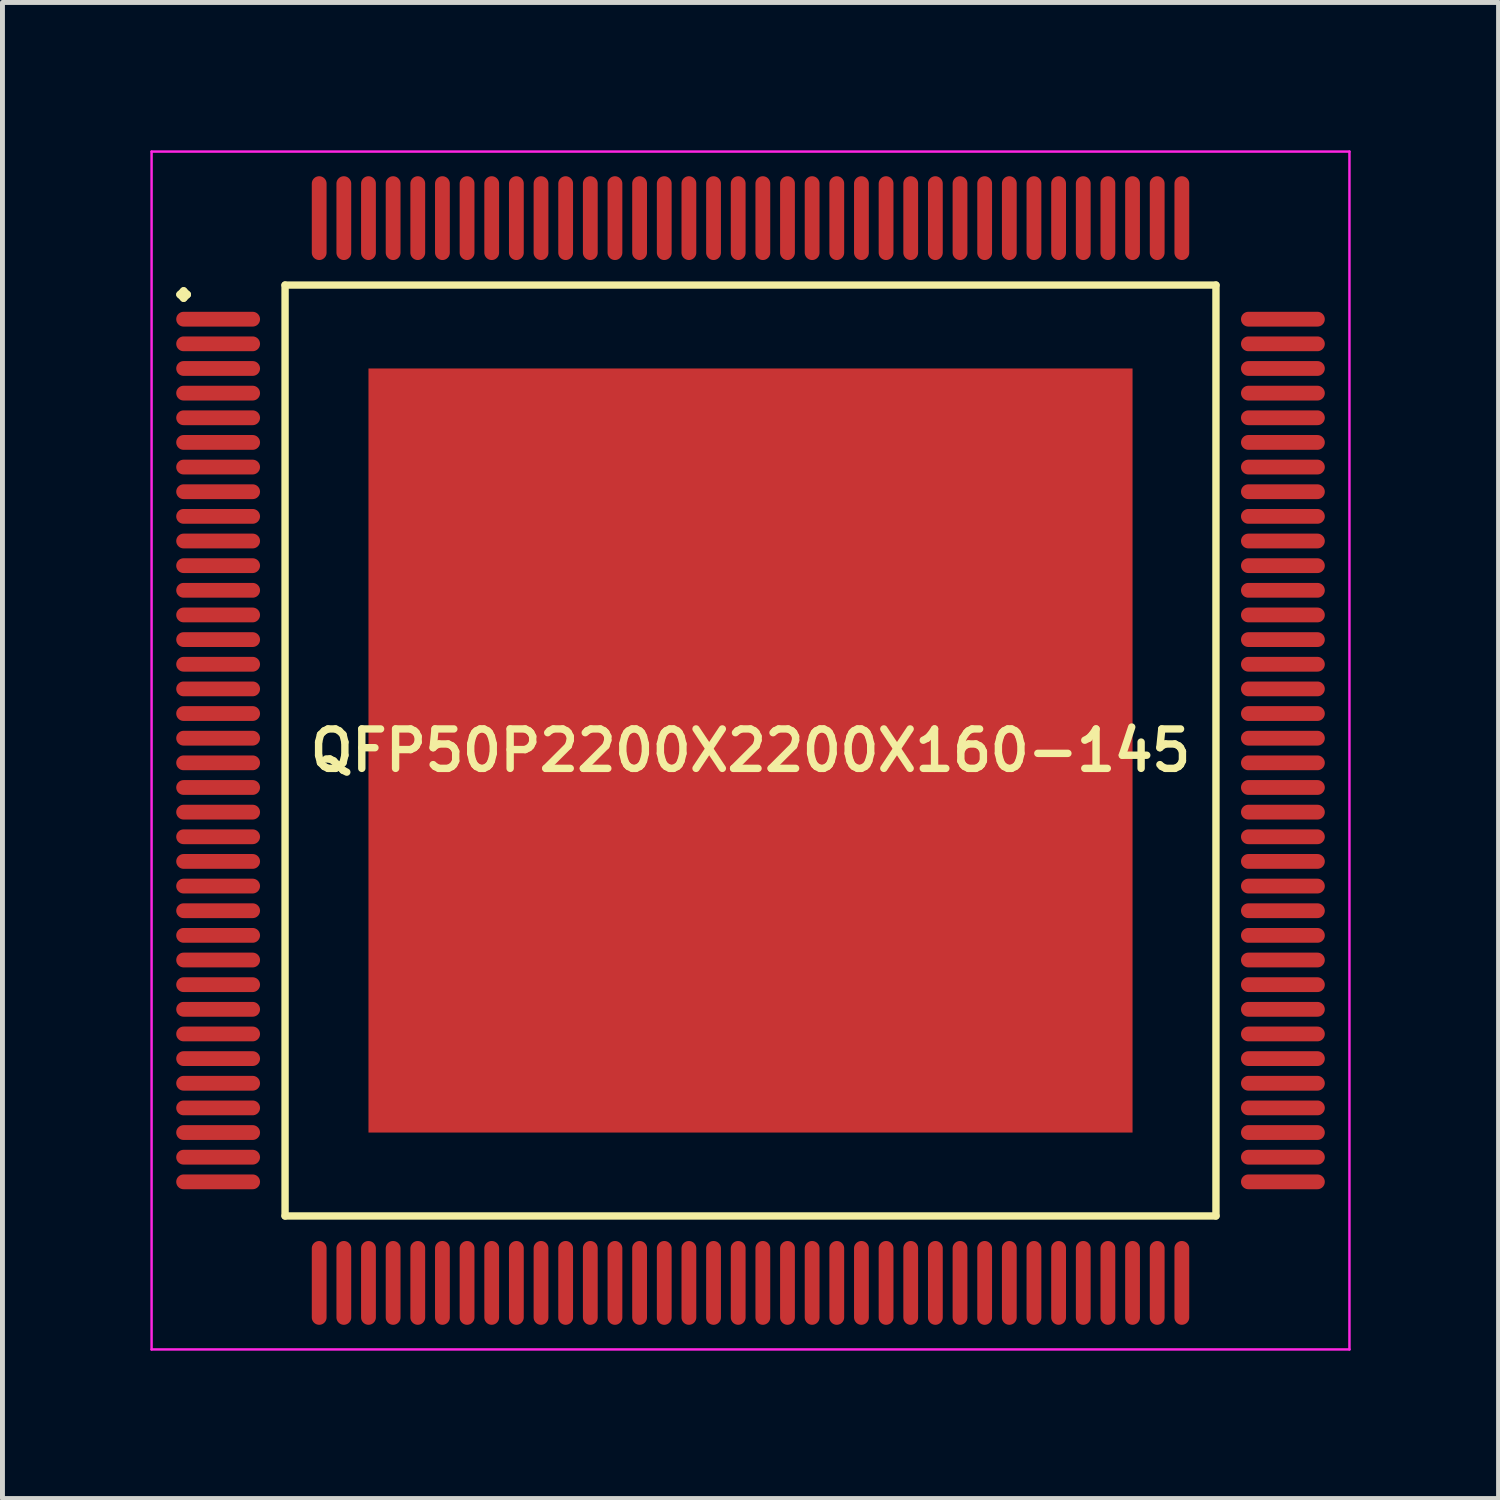
<source format=kicad_pcb>
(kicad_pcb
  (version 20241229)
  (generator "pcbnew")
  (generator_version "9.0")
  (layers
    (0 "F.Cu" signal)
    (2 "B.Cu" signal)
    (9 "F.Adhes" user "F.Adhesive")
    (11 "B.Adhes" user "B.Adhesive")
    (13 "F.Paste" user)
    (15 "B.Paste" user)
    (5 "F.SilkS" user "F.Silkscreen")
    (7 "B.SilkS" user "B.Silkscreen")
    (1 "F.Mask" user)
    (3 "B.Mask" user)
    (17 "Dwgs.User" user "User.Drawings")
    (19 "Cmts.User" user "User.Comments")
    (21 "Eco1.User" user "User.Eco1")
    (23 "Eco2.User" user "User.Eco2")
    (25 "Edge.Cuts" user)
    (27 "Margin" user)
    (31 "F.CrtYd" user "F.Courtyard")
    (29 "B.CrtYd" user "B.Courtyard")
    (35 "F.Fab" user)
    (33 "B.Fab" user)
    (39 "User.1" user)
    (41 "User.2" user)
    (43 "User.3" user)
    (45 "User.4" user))
  (footprint "QFP50P2200X2200X160-145"
    (layer "F.Cu")
    (at 12.175 12.175)
    (property "Reference" "QFP50P2200X2200X160-145" (at 0 0 0) (layer "F.SilkS") (effects (font (size 0.8 0.8) (thickness 0.15))))
    (attr smd)
    (fp_line (start -11.575 -9.25) (end -11.5 -9.325) (stroke (width 0.15) (type solid)) (layer "F.SilkS"))
    (fp_line (start -11.5 -9.325) (end -11.425 -9.25) (stroke (width 0.15) (type solid)) (layer "F.SilkS"))
    (fp_line (start -11.5 -9.175) (end -11.575 -9.25) (stroke (width 0.15) (type solid)) (layer "F.SilkS"))
    (fp_line (start -11.425 -9.25) (end -11.5 -9.175) (stroke (width 0.15) (type solid)) (layer "F.SilkS"))
    (fp_line (start -9.442 -9.442) (end -9.442 9.442) (stroke (width 0.15) (type solid)) (layer "F.SilkS"))
    (fp_line (start -9.442 9.442) (end 9.442 9.442) (stroke (width 0.15) (type solid)) (layer "F.SilkS"))
    (fp_line (start 9.442 -9.442) (end -9.442 -9.442) (stroke (width 0.15) (type solid)) (layer "F.SilkS"))
    (fp_line (start 9.442 9.442) (end 9.442 -9.442) (stroke (width 0.15) (type solid)) (layer "F.SilkS"))
    (fp_line (start -12.15 -12.15) (end 12.15 -12.15) (stroke (width 0.05) (type solid)) (layer "F.CrtYd"))
    (fp_line (start -12.15 12.15) (end -12.15 -12.15) (stroke (width 0.05) (type solid)) (layer "F.CrtYd"))
    (fp_line (start 12.15 -12.15) (end 12.15 12.15) (stroke (width 0.05) (type solid)) (layer "F.CrtYd"))
    (fp_line (start 12.15 12.15) (end -12.15 12.15) (stroke (width 0.05) (type solid)) (layer "F.CrtYd"))
    (pad "1" smd oval (at -10.8 -8.75) (size 1.7 0.3) (layers "F.Cu" "F.Mask" "F.Paste"))
    (pad "2" smd oval (at -10.8 -8.25) (size 1.7 0.3) (layers "F.Cu" "F.Mask" "F.Paste"))
    (pad "3" smd oval (at -10.8 -7.75) (size 1.7 0.3) (layers "F.Cu" "F.Mask" "F.Paste"))
    (pad "4" smd oval (at -10.8 -7.25) (size 1.7 0.3) (layers "F.Cu" "F.Mask" "F.Paste"))
    (pad "5" smd oval (at -10.8 -6.75) (size 1.7 0.3) (layers "F.Cu" "F.Mask" "F.Paste"))
    (pad "6" smd oval (at -10.8 -6.25) (size 1.7 0.3) (layers "F.Cu" "F.Mask" "F.Paste"))
    (pad "7" smd oval (at -10.8 -5.75) (size 1.7 0.3) (layers "F.Cu" "F.Mask" "F.Paste"))
    (pad "8" smd oval (at -10.8 -5.25) (size 1.7 0.3) (layers "F.Cu" "F.Mask" "F.Paste"))
    (pad "9" smd oval (at -10.8 -4.75) (size 1.7 0.3) (layers "F.Cu" "F.Mask" "F.Paste"))
    (pad "10" smd oval (at -10.8 -4.25) (size 1.7 0.3) (layers "F.Cu" "F.Mask" "F.Paste"))
    (pad "11" smd oval (at -10.8 -3.75) (size 1.7 0.3) (layers "F.Cu" "F.Mask" "F.Paste"))
    (pad "12" smd oval (at -10.8 -3.25) (size 1.7 0.3) (layers "F.Cu" "F.Mask" "F.Paste"))
    (pad "13" smd oval (at -10.8 -2.75) (size 1.7 0.3) (layers "F.Cu" "F.Mask" "F.Paste"))
    (pad "14" smd oval (at -10.8 -2.25) (size 1.7 0.3) (layers "F.Cu" "F.Mask" "F.Paste"))
    (pad "15" smd oval (at -10.8 -1.75) (size 1.7 0.3) (layers "F.Cu" "F.Mask" "F.Paste"))
    (pad "16" smd oval (at -10.8 -1.25) (size 1.7 0.3) (layers "F.Cu" "F.Mask" "F.Paste"))
    (pad "17" smd oval (at -10.8 -0.75) (size 1.7 0.3) (layers "F.Cu" "F.Mask" "F.Paste"))
    (pad "18" smd oval (at -10.8 -0.25) (size 1.7 0.3) (layers "F.Cu" "F.Mask" "F.Paste"))
    (pad "19" smd oval (at -10.8 0.25) (size 1.7 0.3) (layers "F.Cu" "F.Mask" "F.Paste"))
    (pad "20" smd oval (at -10.8 0.75) (size 1.7 0.3) (layers "F.Cu" "F.Mask" "F.Paste"))
    (pad "21" smd oval (at -10.8 1.25) (size 1.7 0.3) (layers "F.Cu" "F.Mask" "F.Paste"))
    (pad "22" smd oval (at -10.8 1.75) (size 1.7 0.3) (layers "F.Cu" "F.Mask" "F.Paste"))
    (pad "23" smd oval (at -10.8 2.25) (size 1.7 0.3) (layers "F.Cu" "F.Mask" "F.Paste"))
    (pad "24" smd oval (at -10.8 2.75) (size 1.7 0.3) (layers "F.Cu" "F.Mask" "F.Paste"))
    (pad "25" smd oval (at -10.8 3.25) (size 1.7 0.3) (layers "F.Cu" "F.Mask" "F.Paste"))
    (pad "26" smd oval (at -10.8 3.75) (size 1.7 0.3) (layers "F.Cu" "F.Mask" "F.Paste"))
    (pad "27" smd oval (at -10.8 4.25) (size 1.7 0.3) (layers "F.Cu" "F.Mask" "F.Paste"))
    (pad "28" smd oval (at -10.8 4.75) (size 1.7 0.3) (layers "F.Cu" "F.Mask" "F.Paste"))
    (pad "29" smd oval (at -10.8 5.25) (size 1.7 0.3) (layers "F.Cu" "F.Mask" "F.Paste"))
    (pad "30" smd oval (at -10.8 5.75) (size 1.7 0.3) (layers "F.Cu" "F.Mask" "F.Paste"))
    (pad "31" smd oval (at -10.8 6.25) (size 1.7 0.3) (layers "F.Cu" "F.Mask" "F.Paste"))
    (pad "32" smd oval (at -10.8 6.75) (size 1.7 0.3) (layers "F.Cu" "F.Mask" "F.Paste"))
    (pad "33" smd oval (at -10.8 7.25) (size 1.7 0.3) (layers "F.Cu" "F.Mask" "F.Paste"))
    (pad "34" smd oval (at -10.8 7.75) (size 1.7 0.3) (layers "F.Cu" "F.Mask" "F.Paste"))
    (pad "35" smd oval (at -10.8 8.25) (size 1.7 0.3) (layers "F.Cu" "F.Mask" "F.Paste"))
    (pad "36" smd oval (at -10.8 8.75) (size 1.7 0.3) (layers "F.Cu" "F.Mask" "F.Paste"))
    (pad "37" smd oval (at -8.75 10.8) (size 0.3 1.7) (layers "F.Cu" "F.Mask" "F.Paste"))
    (pad "38" smd oval (at -8.25 10.8) (size 0.3 1.7) (layers "F.Cu" "F.Mask" "F.Paste"))
    (pad "39" smd oval (at -7.75 10.8) (size 0.3 1.7) (layers "F.Cu" "F.Mask" "F.Paste"))
    (pad "40" smd oval (at -7.25 10.8) (size 0.3 1.7) (layers "F.Cu" "F.Mask" "F.Paste"))
    (pad "41" smd oval (at -6.75 10.8) (size 0.3 1.7) (layers "F.Cu" "F.Mask" "F.Paste"))
    (pad "42" smd oval (at -6.25 10.8) (size 0.3 1.7) (layers "F.Cu" "F.Mask" "F.Paste"))
    (pad "43" smd oval (at -5.75 10.8) (size 0.3 1.7) (layers "F.Cu" "F.Mask" "F.Paste"))
    (pad "44" smd oval (at -5.25 10.8) (size 0.3 1.7) (layers "F.Cu" "F.Mask" "F.Paste"))
    (pad "45" smd oval (at -4.75 10.8) (size 0.3 1.7) (layers "F.Cu" "F.Mask" "F.Paste"))
    (pad "46" smd oval (at -4.25 10.8) (size 0.3 1.7) (layers "F.Cu" "F.Mask" "F.Paste"))
    (pad "47" smd oval (at -3.75 10.8) (size 0.3 1.7) (layers "F.Cu" "F.Mask" "F.Paste"))
    (pad "48" smd oval (at -3.25 10.8) (size 0.3 1.7) (layers "F.Cu" "F.Mask" "F.Paste"))
    (pad "49" smd oval (at -2.75 10.8) (size 0.3 1.7) (layers "F.Cu" "F.Mask" "F.Paste"))
    (pad "50" smd oval (at -2.25 10.8) (size 0.3 1.7) (layers "F.Cu" "F.Mask" "F.Paste"))
    (pad "51" smd oval (at -1.75 10.8) (size 0.3 1.7) (layers "F.Cu" "F.Mask" "F.Paste"))
    (pad "52" smd oval (at -1.25 10.8) (size 0.3 1.7) (layers "F.Cu" "F.Mask" "F.Paste"))
    (pad "53" smd oval (at -0.75 10.8) (size 0.3 1.7) (layers "F.Cu" "F.Mask" "F.Paste"))
    (pad "54" smd oval (at -0.25 10.8) (size 0.3 1.7) (layers "F.Cu" "F.Mask" "F.Paste"))
    (pad "55" smd oval (at 0.25 10.8) (size 0.3 1.7) (layers "F.Cu" "F.Mask" "F.Paste"))
    (pad "56" smd oval (at 0.75 10.8) (size 0.3 1.7) (layers "F.Cu" "F.Mask" "F.Paste"))
    (pad "57" smd oval (at 1.25 10.8) (size 0.3 1.7) (layers "F.Cu" "F.Mask" "F.Paste"))
    (pad "58" smd oval (at 1.75 10.8) (size 0.3 1.7) (layers "F.Cu" "F.Mask" "F.Paste"))
    (pad "59" smd oval (at 2.25 10.8) (size 0.3 1.7) (layers "F.Cu" "F.Mask" "F.Paste"))
    (pad "60" smd oval (at 2.75 10.8) (size 0.3 1.7) (layers "F.Cu" "F.Mask" "F.Paste"))
    (pad "61" smd oval (at 3.25 10.8) (size 0.3 1.7) (layers "F.Cu" "F.Mask" "F.Paste"))
    (pad "62" smd oval (at 3.75 10.8) (size 0.3 1.7) (layers "F.Cu" "F.Mask" "F.Paste"))
    (pad "63" smd oval (at 4.25 10.8) (size 0.3 1.7) (layers "F.Cu" "F.Mask" "F.Paste"))
    (pad "64" smd oval (at 4.75 10.8) (size 0.3 1.7) (layers "F.Cu" "F.Mask" "F.Paste"))
    (pad "65" smd oval (at 5.25 10.8) (size 0.3 1.7) (layers "F.Cu" "F.Mask" "F.Paste"))
    (pad "66" smd oval (at 5.75 10.8) (size 0.3 1.7) (layers "F.Cu" "F.Mask" "F.Paste"))
    (pad "67" smd oval (at 6.25 10.8) (size 0.3 1.7) (layers "F.Cu" "F.Mask" "F.Paste"))
    (pad "68" smd oval (at 6.75 10.8) (size 0.3 1.7) (layers "F.Cu" "F.Mask" "F.Paste"))
    (pad "69" smd oval (at 7.25 10.8) (size 0.3 1.7) (layers "F.Cu" "F.Mask" "F.Paste"))
    (pad "70" smd oval (at 7.75 10.8) (size 0.3 1.7) (layers "F.Cu" "F.Mask" "F.Paste"))
    (pad "71" smd oval (at 8.25 10.8) (size 0.3 1.7) (layers "F.Cu" "F.Mask" "F.Paste"))
    (pad "72" smd oval (at 8.75 10.8) (size 0.3 1.7) (layers "F.Cu" "F.Mask" "F.Paste"))
    (pad "73" smd oval (at 10.8 8.75) (size 1.7 0.3) (layers "F.Cu" "F.Mask" "F.Paste"))
    (pad "74" smd oval (at 10.8 8.25) (size 1.7 0.3) (layers "F.Cu" "F.Mask" "F.Paste"))
    (pad "75" smd oval (at 10.8 7.75) (size 1.7 0.3) (layers "F.Cu" "F.Mask" "F.Paste"))
    (pad "76" smd oval (at 10.8 7.25) (size 1.7 0.3) (layers "F.Cu" "F.Mask" "F.Paste"))
    (pad "77" smd oval (at 10.8 6.75) (size 1.7 0.3) (layers "F.Cu" "F.Mask" "F.Paste"))
    (pad "78" smd oval (at 10.8 6.25) (size 1.7 0.3) (layers "F.Cu" "F.Mask" "F.Paste"))
    (pad "79" smd oval (at 10.8 5.75) (size 1.7 0.3) (layers "F.Cu" "F.Mask" "F.Paste"))
    (pad "80" smd oval (at 10.8 5.25) (size 1.7 0.3) (layers "F.Cu" "F.Mask" "F.Paste"))
    (pad "81" smd oval (at 10.8 4.75) (size 1.7 0.3) (layers "F.Cu" "F.Mask" "F.Paste"))
    (pad "82" smd oval (at 10.8 4.25) (size 1.7 0.3) (layers "F.Cu" "F.Mask" "F.Paste"))
    (pad "83" smd oval (at 10.8 3.75) (size 1.7 0.3) (layers "F.Cu" "F.Mask" "F.Paste"))
    (pad "84" smd oval (at 10.8 3.25) (size 1.7 0.3) (layers "F.Cu" "F.Mask" "F.Paste"))
    (pad "85" smd oval (at 10.8 2.75) (size 1.7 0.3) (layers "F.Cu" "F.Mask" "F.Paste"))
    (pad "86" smd oval (at 10.8 2.25) (size 1.7 0.3) (layers "F.Cu" "F.Mask" "F.Paste"))
    (pad "87" smd oval (at 10.8 1.75) (size 1.7 0.3) (layers "F.Cu" "F.Mask" "F.Paste"))
    (pad "88" smd oval (at 10.8 1.25) (size 1.7 0.3) (layers "F.Cu" "F.Mask" "F.Paste"))
    (pad "89" smd oval (at 10.8 0.75) (size 1.7 0.3) (layers "F.Cu" "F.Mask" "F.Paste"))
    (pad "90" smd oval (at 10.8 0.25) (size 1.7 0.3) (layers "F.Cu" "F.Mask" "F.Paste"))
    (pad "91" smd oval (at 10.8 -0.25) (size 1.7 0.3) (layers "F.Cu" "F.Mask" "F.Paste"))
    (pad "92" smd oval (at 10.8 -0.75) (size 1.7 0.3) (layers "F.Cu" "F.Mask" "F.Paste"))
    (pad "93" smd oval (at 10.8 -1.25) (size 1.7 0.3) (layers "F.Cu" "F.Mask" "F.Paste"))
    (pad "94" smd oval (at 10.8 -1.75) (size 1.7 0.3) (layers "F.Cu" "F.Mask" "F.Paste"))
    (pad "95" smd oval (at 10.8 -2.25) (size 1.7 0.3) (layers "F.Cu" "F.Mask" "F.Paste"))
    (pad "96" smd oval (at 10.8 -2.75) (size 1.7 0.3) (layers "F.Cu" "F.Mask" "F.Paste"))
    (pad "97" smd oval (at 10.8 -3.25) (size 1.7 0.3) (layers "F.Cu" "F.Mask" "F.Paste"))
    (pad "98" smd oval (at 10.8 -3.75) (size 1.7 0.3) (layers "F.Cu" "F.Mask" "F.Paste"))
    (pad "99" smd oval (at 10.8 -4.25) (size 1.7 0.3) (layers "F.Cu" "F.Mask" "F.Paste"))
    (pad "100" smd oval (at 10.8 -4.75) (size 1.7 0.3) (layers "F.Cu" "F.Mask" "F.Paste"))
    (pad "101" smd oval (at 10.8 -5.25) (size 1.7 0.3) (layers "F.Cu" "F.Mask" "F.Paste"))
    (pad "102" smd oval (at 10.8 -5.75) (size 1.7 0.3) (layers "F.Cu" "F.Mask" "F.Paste"))
    (pad "103" smd oval (at 10.8 -6.25) (size 1.7 0.3) (layers "F.Cu" "F.Mask" "F.Paste"))
    (pad "104" smd oval (at 10.8 -6.75) (size 1.7 0.3) (layers "F.Cu" "F.Mask" "F.Paste"))
    (pad "105" smd oval (at 10.8 -7.25) (size 1.7 0.3) (layers "F.Cu" "F.Mask" "F.Paste"))
    (pad "106" smd oval (at 10.8 -7.75) (size 1.7 0.3) (layers "F.Cu" "F.Mask" "F.Paste"))
    (pad "107" smd oval (at 10.8 -8.25) (size 1.7 0.3) (layers "F.Cu" "F.Mask" "F.Paste"))
    (pad "108" smd oval (at 10.8 -8.75) (size 1.7 0.3) (layers "F.Cu" "F.Mask" "F.Paste"))
    (pad "109" smd oval (at 8.75 -10.8) (size 0.3 1.7) (layers "F.Cu" "F.Mask" "F.Paste"))
    (pad "110" smd oval (at 8.25 -10.8) (size 0.3 1.7) (layers "F.Cu" "F.Mask" "F.Paste"))
    (pad "111" smd oval (at 7.75 -10.8) (size 0.3 1.7) (layers "F.Cu" "F.Mask" "F.Paste"))
    (pad "112" smd oval (at 7.25 -10.8) (size 0.3 1.7) (layers "F.Cu" "F.Mask" "F.Paste"))
    (pad "113" smd oval (at 6.75 -10.8) (size 0.3 1.7) (layers "F.Cu" "F.Mask" "F.Paste"))
    (pad "114" smd oval (at 6.25 -10.8) (size 0.3 1.7) (layers "F.Cu" "F.Mask" "F.Paste"))
    (pad "115" smd oval (at 5.75 -10.8) (size 0.3 1.7) (layers "F.Cu" "F.Mask" "F.Paste"))
    (pad "116" smd oval (at 5.25 -10.8) (size 0.3 1.7) (layers "F.Cu" "F.Mask" "F.Paste"))
    (pad "117" smd oval (at 4.75 -10.8) (size 0.3 1.7) (layers "F.Cu" "F.Mask" "F.Paste"))
    (pad "118" smd oval (at 4.25 -10.8) (size 0.3 1.7) (layers "F.Cu" "F.Mask" "F.Paste"))
    (pad "119" smd oval (at 3.75 -10.8) (size 0.3 1.7) (layers "F.Cu" "F.Mask" "F.Paste"))
    (pad "120" smd oval (at 3.25 -10.8) (size 0.3 1.7) (layers "F.Cu" "F.Mask" "F.Paste"))
    (pad "121" smd oval (at 2.75 -10.8) (size 0.3 1.7) (layers "F.Cu" "F.Mask" "F.Paste"))
    (pad "122" smd oval (at 2.25 -10.8) (size 0.3 1.7) (layers "F.Cu" "F.Mask" "F.Paste"))
    (pad "123" smd oval (at 1.75 -10.8) (size 0.3 1.7) (layers "F.Cu" "F.Mask" "F.Paste"))
    (pad "124" smd oval (at 1.25 -10.8) (size 0.3 1.7) (layers "F.Cu" "F.Mask" "F.Paste"))
    (pad "125" smd oval (at 0.75 -10.8) (size 0.3 1.7) (layers "F.Cu" "F.Mask" "F.Paste"))
    (pad "126" smd oval (at 0.25 -10.8) (size 0.3 1.7) (layers "F.Cu" "F.Mask" "F.Paste"))
    (pad "127" smd oval (at -0.25 -10.8) (size 0.3 1.7) (layers "F.Cu" "F.Mask" "F.Paste"))
    (pad "128" smd oval (at -0.75 -10.8) (size 0.3 1.7) (layers "F.Cu" "F.Mask" "F.Paste"))
    (pad "129" smd oval (at -1.25 -10.8) (size 0.3 1.7) (layers "F.Cu" "F.Mask" "F.Paste"))
    (pad "130" smd oval (at -1.75 -10.8) (size 0.3 1.7) (layers "F.Cu" "F.Mask" "F.Paste"))
    (pad "131" smd oval (at -2.25 -10.8) (size 0.3 1.7) (layers "F.Cu" "F.Mask" "F.Paste"))
    (pad "132" smd oval (at -2.75 -10.8) (size 0.3 1.7) (layers "F.Cu" "F.Mask" "F.Paste"))
    (pad "133" smd oval (at -3.25 -10.8) (size 0.3 1.7) (layers "F.Cu" "F.Mask" "F.Paste"))
    (pad "134" smd oval (at -3.75 -10.8) (size 0.3 1.7) (layers "F.Cu" "F.Mask" "F.Paste"))
    (pad "135" smd oval (at -4.25 -10.8) (size 0.3 1.7) (layers "F.Cu" "F.Mask" "F.Paste"))
    (pad "136" smd oval (at -4.75 -10.8) (size 0.3 1.7) (layers "F.Cu" "F.Mask" "F.Paste"))
    (pad "137" smd oval (at -5.25 -10.8) (size 0.3 1.7) (layers "F.Cu" "F.Mask" "F.Paste"))
    (pad "138" smd oval (at -5.75 -10.8) (size 0.3 1.7) (layers "F.Cu" "F.Mask" "F.Paste"))
    (pad "139" smd oval (at -6.25 -10.8) (size 0.3 1.7) (layers "F.Cu" "F.Mask" "F.Paste"))
    (pad "140" smd oval (at -6.75 -10.8) (size 0.3 1.7) (layers "F.Cu" "F.Mask" "F.Paste"))
    (pad "141" smd oval (at -7.25 -10.8) (size 0.3 1.7) (layers "F.Cu" "F.Mask" "F.Paste"))
    (pad "142" smd oval (at -7.75 -10.8) (size 0.3 1.7) (layers "F.Cu" "F.Mask" "F.Paste"))
    (pad "143" smd oval (at -8.25 -10.8) (size 0.3 1.7) (layers "F.Cu" "F.Mask" "F.Paste"))
    (pad "144" smd oval (at -8.75 -10.8) (size 0.3 1.7) (layers "F.Cu" "F.Mask" "F.Paste"))
    (pad "145" smd rect (at 0 0) (size 15.5 15.5) (layers "F.Cu" "F.Mask" "F.Paste")))
  (gr_rect
    (start -3 -3)
    (end 27.35 27.35)
    (stroke (width 0.1) (type default))
    (fill no)
    (layer "Edge.Cuts")))
</source>
